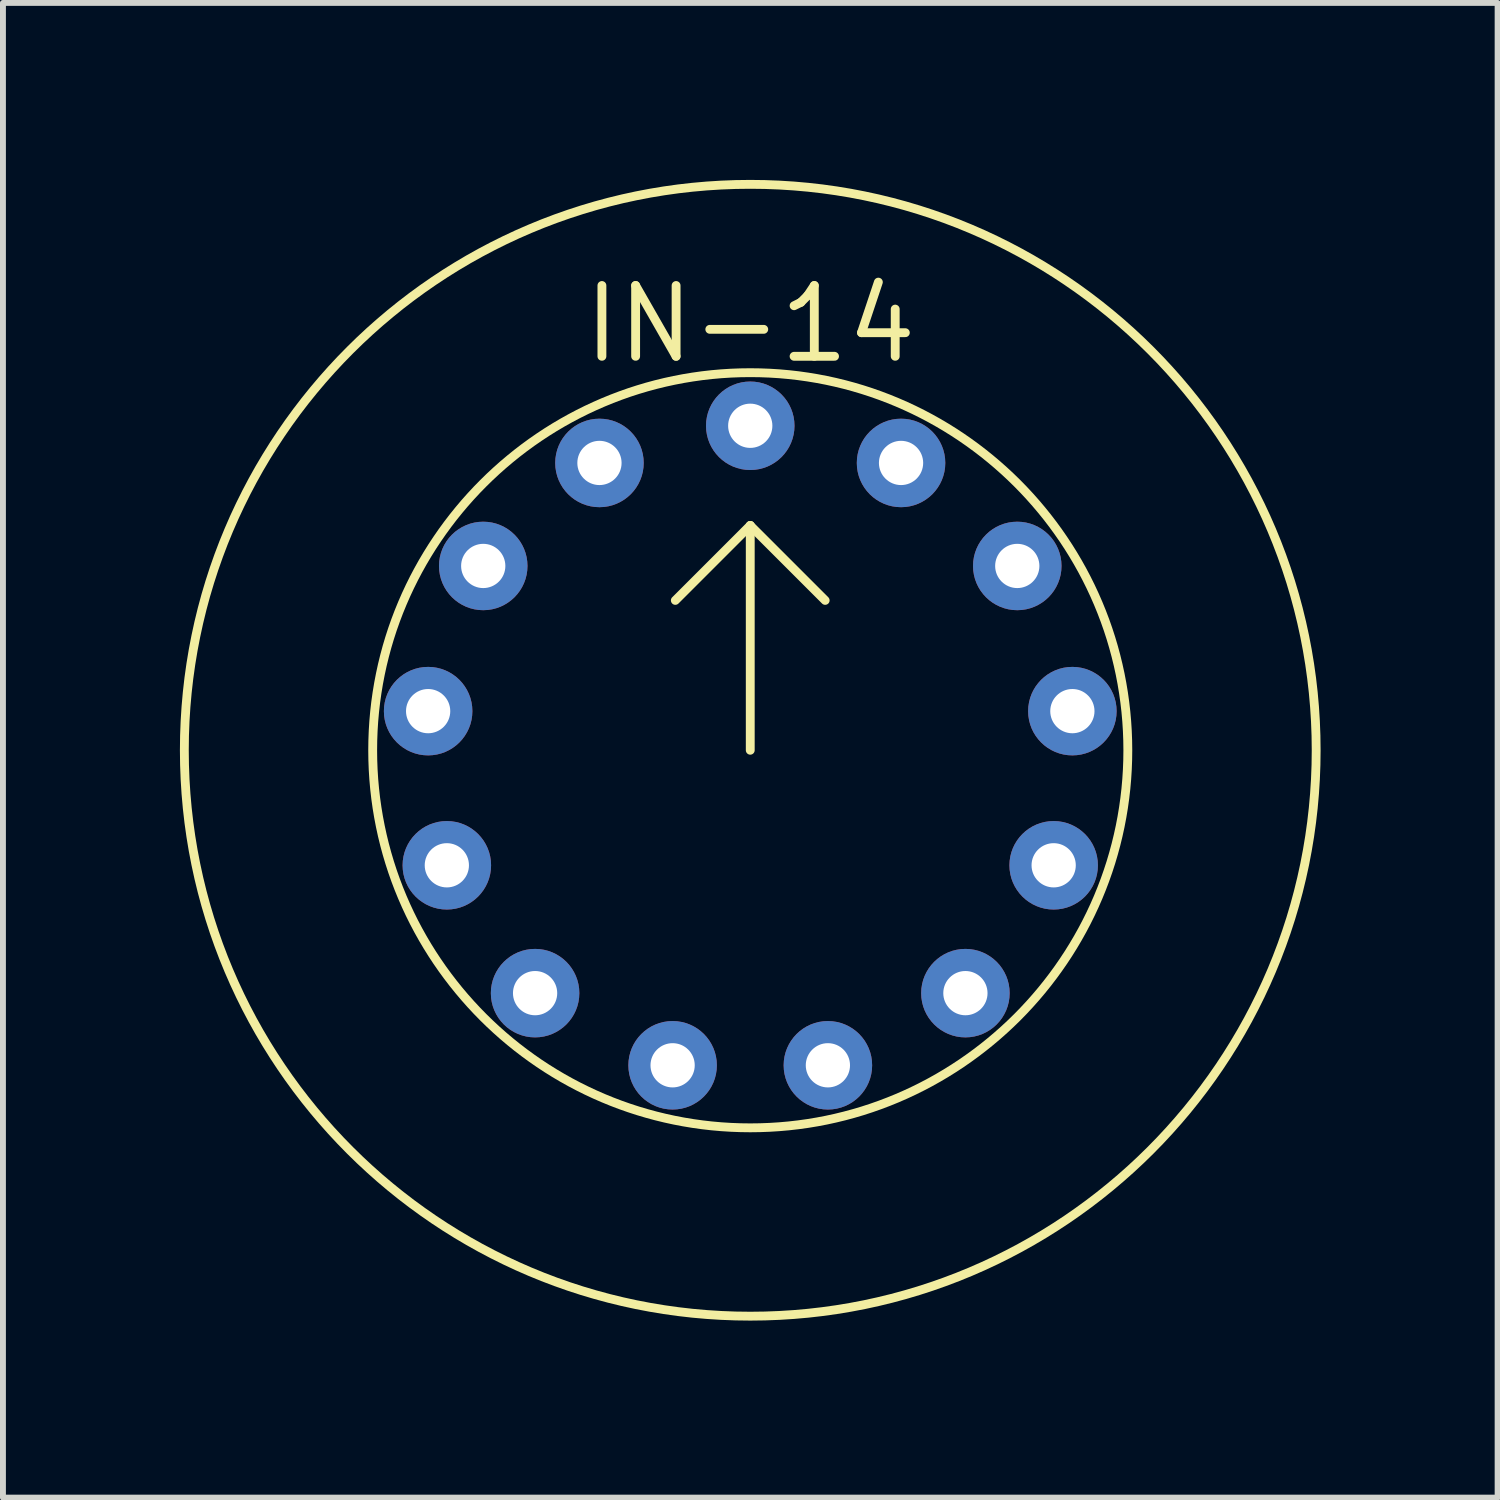
<source format=kicad_pcb>
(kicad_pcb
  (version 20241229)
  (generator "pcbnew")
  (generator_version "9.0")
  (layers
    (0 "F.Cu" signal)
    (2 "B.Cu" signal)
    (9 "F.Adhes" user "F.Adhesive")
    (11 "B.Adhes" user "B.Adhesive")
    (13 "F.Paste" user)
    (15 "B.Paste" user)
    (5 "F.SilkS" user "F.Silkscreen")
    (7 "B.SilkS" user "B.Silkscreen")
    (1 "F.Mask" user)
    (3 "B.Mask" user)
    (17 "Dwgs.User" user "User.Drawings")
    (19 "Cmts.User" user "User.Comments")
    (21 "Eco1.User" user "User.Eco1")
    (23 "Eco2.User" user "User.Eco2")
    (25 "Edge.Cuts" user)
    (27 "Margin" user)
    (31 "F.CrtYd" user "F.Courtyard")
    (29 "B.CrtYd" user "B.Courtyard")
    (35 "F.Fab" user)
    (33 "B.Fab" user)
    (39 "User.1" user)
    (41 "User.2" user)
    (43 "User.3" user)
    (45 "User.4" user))
  (footprint "IN-14"
    (layer "F.Cu")
    (at 9.667 9.667)
    (property "Reference" "IN-14" (at 0 -7.225 0) (layer "F.SilkS") (effects (font (size 1.2 1.2) (thickness 0.15))))
    (attr through_hole)
    (fp_line (start 0 -3.81) (end -1.27 -2.54) (stroke (width 0.15) (type solid)) (layer "F.SilkS"))
    (fp_line (start 0 -3.81) (end 0 0) (stroke (width 0.15) (type solid)) (layer "F.SilkS"))
    (fp_line (start 0 -3.81) (end 1.27 -2.54) (stroke (width 0.15) (type solid)) (layer "F.SilkS"))
    (fp_circle (center 0 0) (end 0 6.4) (stroke (width 0.15) (type solid)) (fill no) (layer "F.SilkS"))
    (fp_circle (center 0 0) (end 2.54 -9.25) (stroke (width 0.15) (type solid)) (fill no) (layer "F.SilkS"))
    (pad "1" thru_hole oval (at 0 -5.5) (size 1.5 1.5) (drill 0.75) (layers "*.Cu" "*.Mask"))
    (pad "2" thru_hole oval (at -2.556 -4.87) (size 1.5 1.5) (drill 0.75) (layers "*.Cu" "*.Mask"))
    (pad "3" thru_hole oval (at -4.526 -3.124) (size 1.5 1.5) (drill 0.75) (layers "*.Cu" "*.Mask"))
    (pad "4" thru_hole oval (at -5.46 -0.663) (size 1.5 1.5) (drill 0.75) (layers "*.Cu" "*.Mask"))
    (pad "5" thru_hole oval (at -5.143 1.95) (size 1.5 1.5) (drill 0.75) (layers "*.Cu" "*.Mask"))
    (pad "6" thru_hole oval (at -3.647 4.117) (size 1.5 1.5) (drill 0.75) (layers "*.Cu" "*.Mask"))
    (pad "7" thru_hole oval (at -1.316 5.34) (size 1.5 1.5) (drill 0.75) (layers "*.Cu" "*.Mask"))
    (pad "8" thru_hole oval (at 1.316 5.34) (size 1.5 1.5) (drill 0.75) (layers "*.Cu" "*.Mask"))
    (pad "9" thru_hole oval (at 3.647 4.117) (size 1.5 1.5) (drill 0.75) (layers "*.Cu" "*.Mask"))
    (pad "10" thru_hole oval (at 5.143 1.95) (size 1.5 1.5) (drill 0.75) (layers "*.Cu" "*.Mask"))
    (pad "11" thru_hole oval (at 5.46 -0.663) (size 1.5 1.5) (drill 0.75) (layers "*.Cu" "*.Mask"))
    (pad "12" thru_hole oval (at 4.526 -3.124) (size 1.5 1.5) (drill 0.75) (layers "*.Cu" "*.Mask"))
    (pad "13" thru_hole oval (at 2.556 -4.87) (size 1.5 1.5) (drill 0.75) (layers "*.Cu" "*.Mask")))
  (gr_rect
    (start -3 -3)
    (end 22.335 22.335)
    (stroke (width 0.1) (type default))
    (fill no)
    (layer "Edge.Cuts")))
</source>
